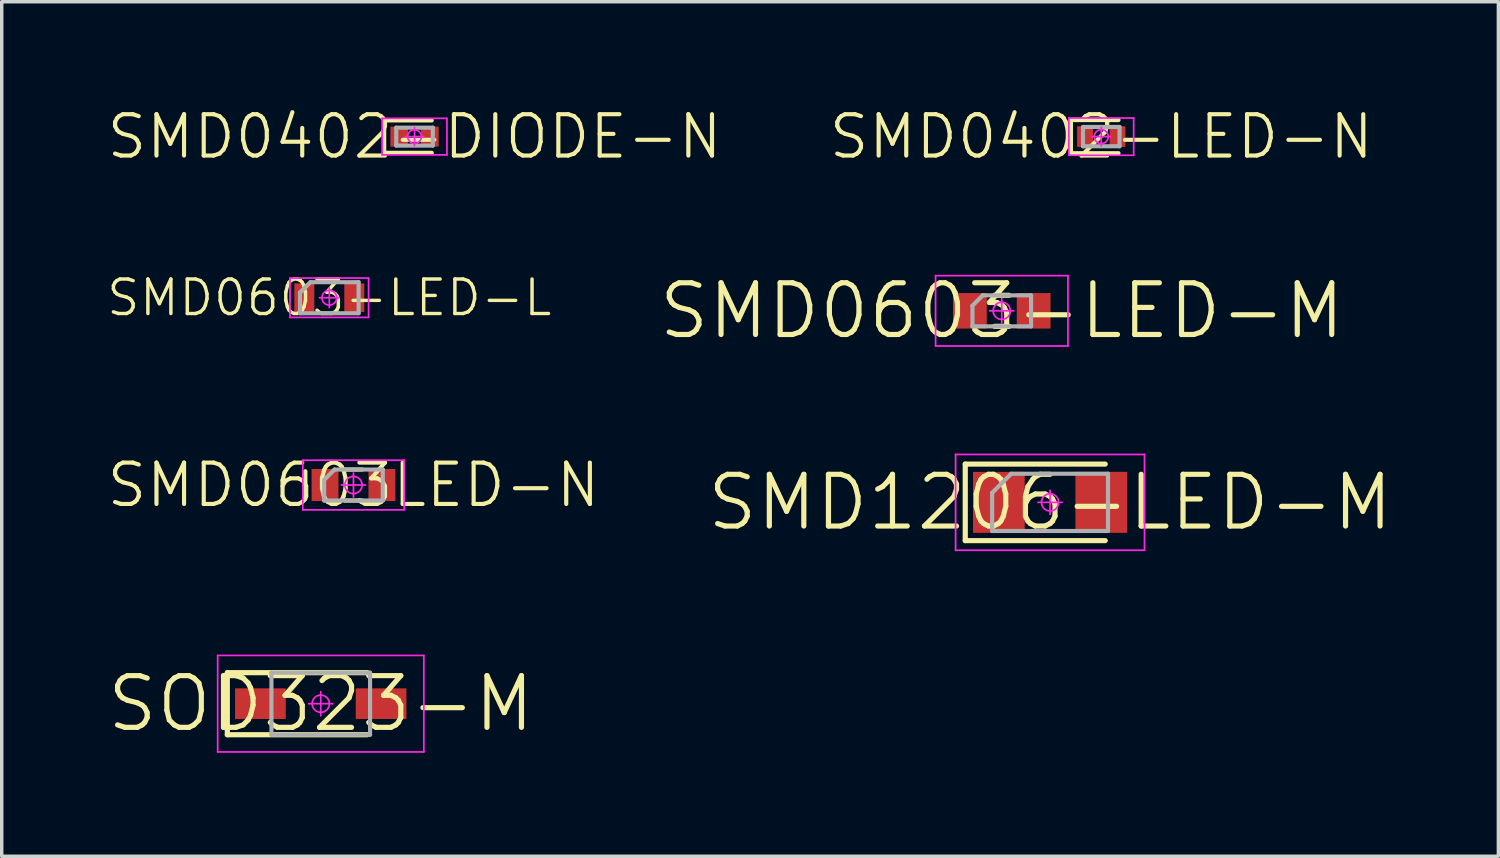
<source format=kicad_pcb>
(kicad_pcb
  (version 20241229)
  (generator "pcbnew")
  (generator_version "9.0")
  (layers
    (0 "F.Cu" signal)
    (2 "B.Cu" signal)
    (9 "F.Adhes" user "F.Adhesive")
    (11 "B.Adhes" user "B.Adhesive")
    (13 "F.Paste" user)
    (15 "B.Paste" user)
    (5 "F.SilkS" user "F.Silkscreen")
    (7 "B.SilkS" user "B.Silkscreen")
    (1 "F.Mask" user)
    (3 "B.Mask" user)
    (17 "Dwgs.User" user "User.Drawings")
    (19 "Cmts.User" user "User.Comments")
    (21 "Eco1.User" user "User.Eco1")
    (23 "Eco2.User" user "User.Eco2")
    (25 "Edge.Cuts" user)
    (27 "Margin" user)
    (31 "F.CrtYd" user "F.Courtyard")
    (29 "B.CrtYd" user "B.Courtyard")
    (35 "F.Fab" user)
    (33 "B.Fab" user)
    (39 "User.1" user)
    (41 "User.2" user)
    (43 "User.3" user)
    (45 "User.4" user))
  (footprint "SOD323-M"
    (layer "F.Cu")
    (at 6.254 17.362)
    (property "Reference" "SOD323-M" (at 0 0 0) (layer "F.SilkS") (effects (font (size 1.5 1.5) (thickness 0.15))))
    (attr smd)
    (fp_line (start -2.71 -0.9) (end -2.71 0.9) (stroke (width 0.15) (type solid)) (layer "F.SilkS"))
    (fp_line (start -2.71 0.9) (end 1.35 0.9) (stroke (width 0.15) (type solid)) (layer "F.SilkS"))
    (fp_line (start 1.35 -0.9) (end -2.71 -0.9) (stroke (width 0.15) (type solid)) (layer "F.SilkS"))
    (fp_line (start -2.99 -1.4) (end 2.99 -1.4) (stroke (width 0.05) (type solid)) (layer "F.CrtYd"))
    (fp_line (start -2.99 1.4) (end -2.99 -1.4) (stroke (width 0.05) (type solid)) (layer "F.CrtYd"))
    (fp_line (start 0 -0.35) (end 0 0.35) (stroke (width 0.05) (type solid)) (layer "F.CrtYd"))
    (fp_line (start 0.35 0) (end -0.35 0) (stroke (width 0.05) (type solid)) (layer "F.CrtYd"))
    (fp_line (start 2.99 -1.4) (end 2.99 1.4) (stroke (width 0.05) (type solid)) (layer "F.CrtYd"))
    (fp_line (start 2.99 1.4) (end -2.99 1.4) (stroke (width 0.05) (type solid)) (layer "F.CrtYd"))
    (fp_circle (center 0 0) (end 0 0.25) (stroke (width 0.05) (type solid)) (fill no) (layer "F.CrtYd"))
    (fp_line (start -1.43 -0.9) (end 1.43 -0.9) (stroke (width 0.12) (type solid)) (layer "F.Fab"))
    (fp_line (start -1.43 0.9) (end -1.43 -0.9) (stroke (width 0.12) (type solid)) (layer "F.Fab"))
    (fp_line (start 1.43 -0.9) (end 1.43 0.9) (stroke (width 0.12) (type solid)) (layer "F.Fab"))
    (fp_line (start 1.43 0.9) (end -1.43 0.9) (stroke (width 0.12) (type solid)) (layer "F.Fab"))
    (pad "1" smd rect (at -1.75 0) (size 1.47 0.89) (layers "F.Cu" "F.Mask" "F.Paste"))
    (pad "2" smd rect (at 1.75 0) (size 1.47 0.89) (layers "F.Cu" "F.Mask" "F.Paste")))
  (footprint "SMD0603-LED-M"
    (layer "F.Cu")
    (at 26.008 5.966)
    (property "Reference" "SMD0603-LED-M" (at 0 0 0) (layer "F.SilkS") (effects (font (size 1.5 1.5) (thickness 0.15))))
    (attr smd)
    (fp_line (start -0.21 -0.45) (end 0.21 -0.45) (stroke (width 0.15) (type solid)) (layer "F.SilkS"))
    (fp_line (start -0.21 0.45) (end 0.21 0.45) (stroke (width 0.15) (type solid)) (layer "F.SilkS"))
    (fp_line (start -1.92 -1.02) (end 1.92 -1.02) (stroke (width 0.05) (type solid)) (layer "F.CrtYd"))
    (fp_line (start -1.92 1.02) (end -1.92 -1.02) (stroke (width 0.05) (type solid)) (layer "F.CrtYd"))
    (fp_line (start 0 -0.35) (end 0 0.35) (stroke (width 0.05) (type solid)) (layer "F.CrtYd"))
    (fp_line (start 0.35 0) (end -0.35 0) (stroke (width 0.05) (type solid)) (layer "F.CrtYd"))
    (fp_line (start 1.92 -1.02) (end 1.92 1.02) (stroke (width 0.05) (type solid)) (layer "F.CrtYd"))
    (fp_line (start 1.92 1.02) (end -1.92 1.02) (stroke (width 0.05) (type solid)) (layer "F.CrtYd"))
    (fp_circle (center 0 0) (end 0 0.25) (stroke (width 0.05) (type solid)) (fill no) (layer "F.CrtYd"))
    (fp_line (start -0.85 -0.15) (end -0.55 -0.45) (stroke (width 0.12) (type solid)) (layer "F.Fab"))
    (fp_line (start -0.85 0.45) (end -0.85 -0.15) (stroke (width 0.12) (type solid)) (layer "F.Fab"))
    (fp_line (start -0.55 -0.45) (end 0.85 -0.45) (stroke (width 0.12) (type solid)) (layer "F.Fab"))
    (fp_line (start 0.85 -0.45) (end 0.85 0.45) (stroke (width 0.12) (type solid)) (layer "F.Fab"))
    (fp_line (start 0.85 0.45) (end -0.85 0.45) (stroke (width 0.12) (type solid)) (layer "F.Fab"))
    (pad "A" smd rect (at 0.925 0) (size 0.98 1.03) (layers "F.Cu" "F.Mask" "F.Paste"))
    (pad "C" smd rect (at -0.925 0) (size 0.98 1.03) (layers "F.Cu" "F.Mask" "F.Paste")))
  (footprint "SMD0603-LED-L"
    (layer "F.Cu")
    (at 6.502 5.586)
    (property "Reference" "SMD0603-LED-L" (at 0 0 0) (layer "F.SilkS") (effects (font (size 1 1) (thickness 0.1))))
    (attr smd)
    (fp_line (start -0.285 -0.45) (end 0.285 -0.45) (stroke (width 0.1) (type solid)) (layer "F.SilkS"))
    (fp_line (start -0.285 0.45) (end 0.285 0.45) (stroke (width 0.1) (type solid)) (layer "F.SilkS"))
    (fp_line (start -1.14 -0.57) (end 1.14 -0.57) (stroke (width 0.05) (type solid)) (layer "F.CrtYd"))
    (fp_line (start -1.14 0.57) (end -1.14 -0.57) (stroke (width 0.05) (type solid)) (layer "F.CrtYd"))
    (fp_line (start 0 -0.285) (end 0 0.285) (stroke (width 0.05) (type solid)) (layer "F.CrtYd"))
    (fp_line (start 0.285 0) (end -0.285 0) (stroke (width 0.05) (type solid)) (layer "F.CrtYd"))
    (fp_line (start 1.14 -0.57) (end 1.14 0.57) (stroke (width 0.05) (type solid)) (layer "F.CrtYd"))
    (fp_line (start 1.14 0.57) (end -1.14 0.57) (stroke (width 0.05) (type solid)) (layer "F.CrtYd"))
    (fp_circle (center 0 0) (end 0 0.214) (stroke (width 0.05) (type solid)) (fill no) (layer "F.CrtYd"))
    (fp_line (start -0.85 -0.15) (end -0.55 -0.45) (stroke (width 0.12) (type solid)) (layer "F.Fab"))
    (fp_line (start -0.85 0.45) (end -0.85 -0.15) (stroke (width 0.12) (type solid)) (layer "F.Fab"))
    (fp_line (start -0.55 -0.45) (end 0.85 -0.45) (stroke (width 0.12) (type solid)) (layer "F.Fab"))
    (fp_line (start 0.85 -0.45) (end 0.85 0.45) (stroke (width 0.12) (type solid)) (layer "F.Fab"))
    (fp_line (start 0.85 0.45) (end -0.85 0.45) (stroke (width 0.12) (type solid)) (layer "F.Fab"))
    (pad "A" smd rect (at 0.725 0) (size 0.58 0.83) (layers "F.Cu" "F.Mask" "F.Paste"))
    (pad "C" smd rect (at -0.725 0) (size 0.58 0.83) (layers "F.Cu" "F.Mask" "F.Paste")))
  (footprint "SMD0603LED-N"
    (layer "F.Cu")
    (at 7.203 11.019)
    (property "Reference" "SMD0603LED-N" (at 0 0 0) (layer "F.SilkS") (effects (font (size 1.2 1.2) (thickness 0.12))))
    (attr smd)
    (fp_line (start -1.395 0.4) (end -1.395 -0.4) (stroke (width 0.12) (type solid)) (layer "F.SilkS"))
    (fp_line (start -0.255 -0.45) (end 0.255 -0.45) (stroke (width 0.12) (type solid)) (layer "F.SilkS"))
    (fp_line (start -0.255 0.45) (end 0.255 0.45) (stroke (width 0.12) (type solid)) (layer "F.SilkS"))
    (fp_line (start -1.47 -0.72) (end 1.47 -0.72) (stroke (width 0.05) (type solid)) (layer "F.CrtYd"))
    (fp_line (start -1.47 0.72) (end -1.47 -0.72) (stroke (width 0.05) (type solid)) (layer "F.CrtYd"))
    (fp_line (start 0 -0.35) (end 0 0.35) (stroke (width 0.05) (type solid)) (layer "F.CrtYd"))
    (fp_line (start 0.35 0) (end -0.35 0) (stroke (width 0.05) (type solid)) (layer "F.CrtYd"))
    (fp_line (start 1.47 -0.72) (end 1.47 0.72) (stroke (width 0.05) (type solid)) (layer "F.CrtYd"))
    (fp_line (start 1.47 0.72) (end -1.47 0.72) (stroke (width 0.05) (type solid)) (layer "F.CrtYd"))
    (fp_circle (center 0 0) (end 0 0.25) (stroke (width 0.05) (type solid)) (fill no) (layer "F.CrtYd"))
    (fp_line (start -0.85 -0.15) (end -0.55 -0.45) (stroke (width 0.12) (type solid)) (layer "F.Fab"))
    (fp_line (start -0.85 0.45) (end -0.85 -0.15) (stroke (width 0.12) (type solid)) (layer "F.Fab"))
    (fp_line (start -0.55 -0.45) (end 0.85 -0.45) (stroke (width 0.12) (type solid)) (layer "F.Fab"))
    (fp_line (start 0.85 -0.45) (end 0.85 0.45) (stroke (width 0.12) (type solid)) (layer "F.Fab"))
    (fp_line (start 0.85 0.45) (end -0.85 0.45) (stroke (width 0.12) (type solid)) (layer "F.Fab"))
    (pad "A" smd rect (at 0.825 0) (size 0.78 0.93) (layers "F.Cu" "F.Mask" "F.Paste"))
    (pad "C" smd rect (at -0.825 0) (size 0.78 0.93) (layers "F.Cu" "F.Mask" "F.Paste")))
  (footprint "SMD0402-LED-N"
    (layer "F.Cu")
    (at 28.894 0.913)
    (property "Reference" "SMD0402-LED-N" (at 0 0 0) (layer "F.SilkS") (effects (font (size 1.2 1.2) (thickness 0.12))))
    (attr smd)
    (fp_line (start -0.88 -0.48) (end -0.88 0.48) (stroke (width 0.12) (type solid)) (layer "F.SilkS"))
    (fp_line (start -0.88 0.48) (end 0.5 0.48) (stroke (width 0.12) (type solid)) (layer "F.SilkS"))
    (fp_line (start 0.5 -0.48) (end -0.88 -0.48) (stroke (width 0.12) (type solid)) (layer "F.SilkS"))
    (fp_line (start -0.94 -0.54) (end 0.94 -0.54) (stroke (width 0.05) (type solid)) (layer "F.CrtYd"))
    (fp_line (start -0.94 0.54) (end -0.94 -0.54) (stroke (width 0.05) (type solid)) (layer "F.CrtYd"))
    (fp_line (start 0 -0.27) (end 0 0.27) (stroke (width 0.05) (type solid)) (layer "F.CrtYd"))
    (fp_line (start 0.27 0) (end -0.27 0) (stroke (width 0.05) (type solid)) (layer "F.CrtYd"))
    (fp_line (start 0.94 -0.54) (end 0.94 0.54) (stroke (width 0.05) (type solid)) (layer "F.CrtYd"))
    (fp_line (start 0.94 0.54) (end -0.94 0.54) (stroke (width 0.05) (type solid)) (layer "F.CrtYd"))
    (fp_circle (center 0 0) (end 0 0.203) (stroke (width 0.05) (type solid)) (fill no) (layer "F.CrtYd"))
    (fp_line (start -0.53 -0.28) (end 0.53 -0.28) (stroke (width 0.12) (type solid)) (layer "F.Fab"))
    (fp_line (start -0.53 0.28) (end -0.53 -0.28) (stroke (width 0.12) (type solid)) (layer "F.Fab"))
    (fp_line (start 0.53 -0.28) (end 0.53 0.28) (stroke (width 0.12) (type solid)) (layer "F.Fab"))
    (fp_line (start 0.53 0.28) (end -0.53 0.28) (stroke (width 0.12) (type solid)) (layer "F.Fab"))
    (pad "A" smd rect (at 0.47 0) (size 0.46 0.6) (layers "F.Cu" "F.Mask" "F.Paste"))
    (pad "C" smd rect (at -0.47 0) (size 0.46 0.6) (layers "F.Cu" "F.Mask" "F.Paste")))
  (footprint "SMD0402-DIODE-N"
    (layer "F.Cu")
    (at 8.974 0.913)
    (property "Reference" "SMD0402-DIODE-N" (at 0 0 0) (layer "F.SilkS") (effects (font (size 1.2 1.2) (thickness 0.12))))
    (attr smd)
    (fp_line (start -0.88 -0.47) (end -0.88 0.47) (stroke (width 0.12) (type solid)) (layer "F.SilkS"))
    (fp_line (start -0.88 0.47) (end 0.5 0.47) (stroke (width 0.12) (type solid)) (layer "F.SilkS"))
    (fp_line (start 0.5 -0.47) (end -0.88 -0.47) (stroke (width 0.12) (type solid)) (layer "F.SilkS"))
    (fp_line (start -0.94 -0.53) (end 0.94 -0.53) (stroke (width 0.05) (type solid)) (layer "F.CrtYd"))
    (fp_line (start -0.94 0.53) (end -0.94 -0.53) (stroke (width 0.05) (type solid)) (layer "F.CrtYd"))
    (fp_line (start 0 -0.265) (end 0 0.265) (stroke (width 0.05) (type solid)) (layer "F.CrtYd"))
    (fp_line (start 0.265 0) (end -0.265 0) (stroke (width 0.05) (type solid)) (layer "F.CrtYd"))
    (fp_line (start 0.94 -0.53) (end 0.94 0.53) (stroke (width 0.05) (type solid)) (layer "F.CrtYd"))
    (fp_line (start 0.94 0.53) (end -0.94 0.53) (stroke (width 0.05) (type solid)) (layer "F.CrtYd"))
    (fp_circle (center 0 0) (end 0 0.199) (stroke (width 0.05) (type solid)) (fill no) (layer "F.CrtYd"))
    (fp_line (start -0.53 -0.26) (end 0.53 -0.26) (stroke (width 0.12) (type solid)) (layer "F.Fab"))
    (fp_line (start -0.53 0.26) (end -0.53 -0.26) (stroke (width 0.12) (type solid)) (layer "F.Fab"))
    (fp_line (start 0.53 -0.26) (end 0.53 0.26) (stroke (width 0.12) (type solid)) (layer "F.Fab"))
    (fp_line (start 0.53 0.26) (end -0.53 0.26) (stroke (width 0.12) (type solid)) (layer "F.Fab"))
    (pad "A" smd rect (at 0.445 0) (size 0.51 0.58) (layers "F.Cu" "F.Mask" "F.Paste"))
    (pad "C" smd rect (at -0.445 0) (size 0.51 0.58) (layers "F.Cu" "F.Mask" "F.Paste")))
  (footprint "SMD1206-LED-M"
    (layer "F.Cu")
    (at 27.409 11.522)
    (property "Reference" "SMD1206-LED-M" (at 0 0 0) (layer "F.SilkS") (effects (font (size 1.5 1.5) (thickness 0.15))))
    (attr smd)
    (fp_line (start -2.46 -1.11) (end -2.46 1.11) (stroke (width 0.15) (type solid)) (layer "F.SilkS"))
    (fp_line (start -2.46 1.11) (end 1.6 1.11) (stroke (width 0.15) (type solid)) (layer "F.SilkS"))
    (fp_line (start 1.6 -1.11) (end -2.46 -1.11) (stroke (width 0.15) (type solid)) (layer "F.SilkS"))
    (fp_line (start -2.74 -1.39) (end 2.74 -1.39) (stroke (width 0.05) (type solid)) (layer "F.CrtYd"))
    (fp_line (start -2.74 1.39) (end -2.74 -1.39) (stroke (width 0.05) (type solid)) (layer "F.CrtYd"))
    (fp_line (start 0 -0.35) (end 0 0.35) (stroke (width 0.05) (type solid)) (layer "F.CrtYd"))
    (fp_line (start 0.35 0) (end -0.35 0) (stroke (width 0.05) (type solid)) (layer "F.CrtYd"))
    (fp_line (start 2.74 -1.39) (end 2.74 1.39) (stroke (width 0.05) (type solid)) (layer "F.CrtYd"))
    (fp_line (start 2.74 1.39) (end -2.74 1.39) (stroke (width 0.05) (type solid)) (layer "F.CrtYd"))
    (fp_circle (center 0 0) (end 0 0.25) (stroke (width 0.05) (type solid)) (fill no) (layer "F.CrtYd"))
    (fp_line (start -1.68 -0.277) (end -1.127 -0.83) (stroke (width 0.12) (type solid)) (layer "F.Fab"))
    (fp_line (start -1.68 0.83) (end -1.68 -0.277) (stroke (width 0.12) (type solid)) (layer "F.Fab"))
    (fp_line (start -1.127 -0.83) (end 1.68 -0.83) (stroke (width 0.12) (type solid)) (layer "F.Fab"))
    (fp_line (start 1.68 -0.83) (end 1.68 0.83) (stroke (width 0.12) (type solid)) (layer "F.Fab"))
    (fp_line (start 1.68 0.83) (end -1.68 0.83) (stroke (width 0.12) (type solid)) (layer "F.Fab"))
    (pad "A" smd rect (at 1.485 0) (size 1.5 1.77) (layers "F.Cu" "F.Mask" "F.Paste"))
    (pad "C" smd rect (at -1.485 0) (size 1.5 1.77) (layers "F.Cu" "F.Mask" "F.Paste")))
  (gr_rect
    (start -3 -3)
    (end 40.413 21.787)
    (stroke (width 0.1) (type default))
    (fill no)
    (layer "Edge.Cuts")))
</source>
